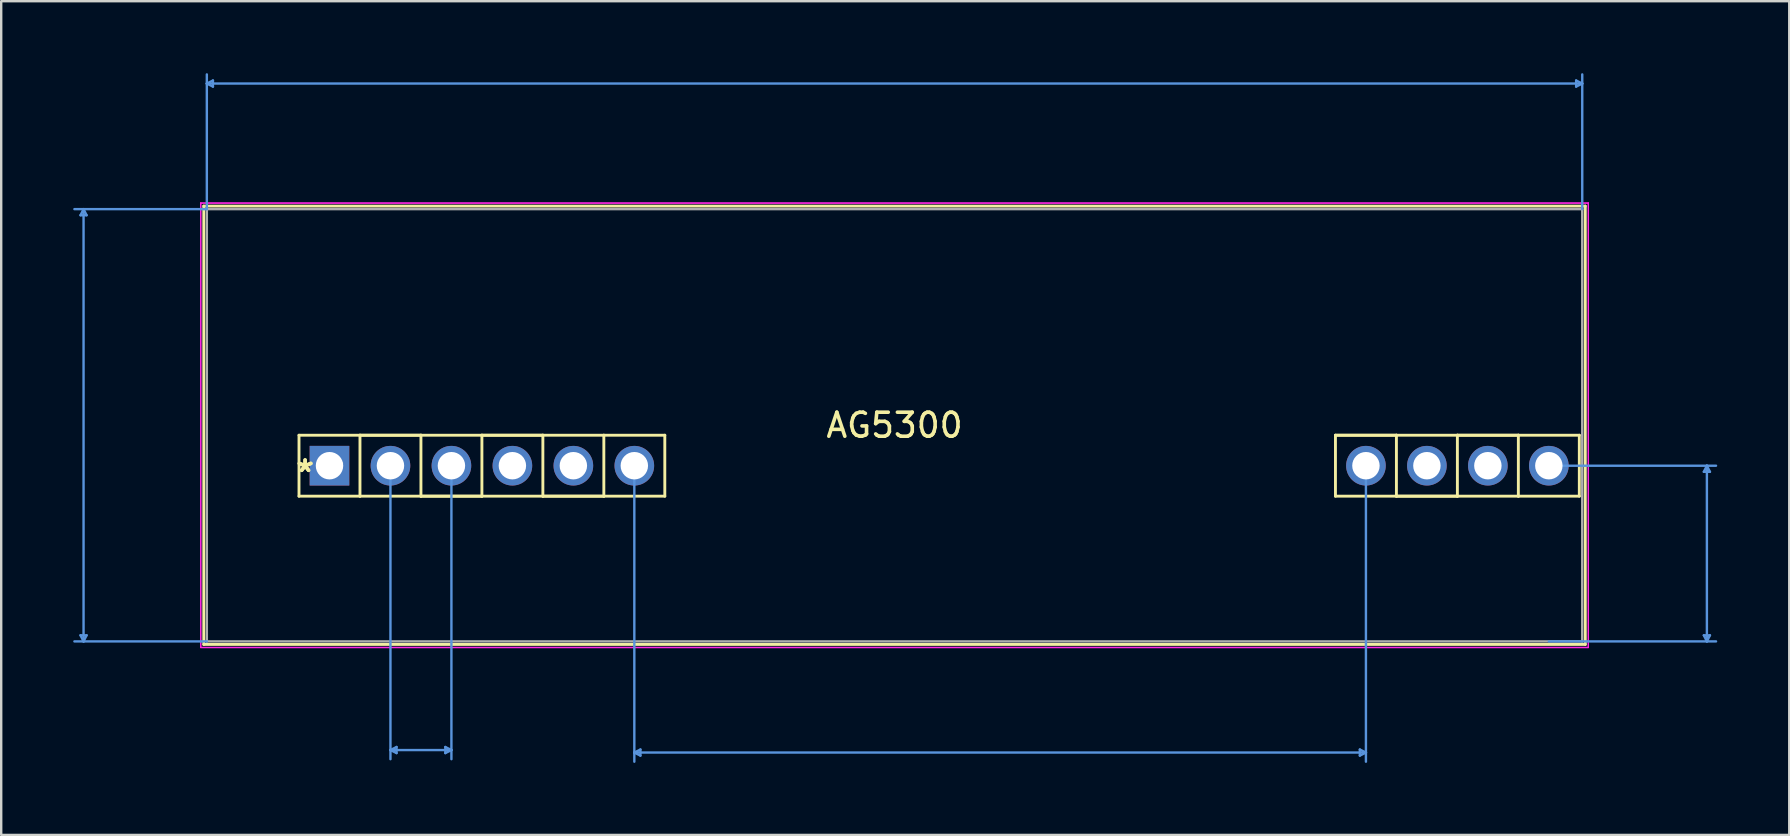
<source format=kicad_pcb>
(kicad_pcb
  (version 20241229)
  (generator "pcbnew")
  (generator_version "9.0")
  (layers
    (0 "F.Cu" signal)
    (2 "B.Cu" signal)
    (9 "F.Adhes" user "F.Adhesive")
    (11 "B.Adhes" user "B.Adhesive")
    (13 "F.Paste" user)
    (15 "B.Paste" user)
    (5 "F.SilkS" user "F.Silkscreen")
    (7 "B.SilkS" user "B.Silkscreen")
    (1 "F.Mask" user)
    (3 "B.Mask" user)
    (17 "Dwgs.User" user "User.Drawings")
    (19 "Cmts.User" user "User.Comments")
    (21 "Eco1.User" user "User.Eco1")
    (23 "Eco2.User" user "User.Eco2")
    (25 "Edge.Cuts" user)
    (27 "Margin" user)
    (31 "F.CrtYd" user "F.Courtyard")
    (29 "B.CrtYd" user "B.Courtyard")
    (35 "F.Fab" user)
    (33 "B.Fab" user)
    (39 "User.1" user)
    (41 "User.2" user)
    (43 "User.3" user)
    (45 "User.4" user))
  (footprint "AG5300"
    (layer "F.Cu")
    (at 10.677 16.352)
    (property "Reference" "AG5300" (at 23.541 -1.684 0) (layer "F.SilkS") (effects (font (size 1 1) (thickness 0.15))))
    (attr through_hole)
    (fp_line (start -5.237 -10.816) (end -5.237 7.447) (stroke (width 0.12) (type solid)) (layer "F.SilkS"))
    (fp_line (start -5.237 7.447) (end 52.319 7.447) (stroke (width 0.12) (type solid)) (layer "F.SilkS"))
    (fp_line (start -1.27 -1.27) (end -1.27 1.27) (stroke (width 0.12) (type solid)) (layer "F.SilkS"))
    (fp_line (start -1.27 1.27) (end 1.27 1.27) (stroke (width 0.12) (type solid)) (layer "F.SilkS"))
    (fp_line (start 1.27 -1.27) (end -1.27 -1.27) (stroke (width 0.12) (type solid)) (layer "F.SilkS"))
    (fp_line (start 1.27 -1.27) (end 1.27 1.27) (stroke (width 0.12) (type solid)) (layer "F.SilkS"))
    (fp_line (start 1.27 -1.27) (end 3.81 -1.27) (stroke (width 0.12) (type solid)) (layer "F.SilkS"))
    (fp_line (start 1.27 1.27) (end 3.81 1.27) (stroke (width 0.12) (type solid)) (layer "F.SilkS"))
    (fp_line (start 3.81 -1.27) (end 1.27 -1.27) (stroke (width 0.12) (type solid)) (layer "F.SilkS"))
    (fp_line (start 3.81 -1.27) (end 6.35 -1.27) (stroke (width 0.12) (type solid)) (layer "F.SilkS"))
    (fp_line (start 3.81 1.27) (end 3.81 -1.27) (stroke (width 0.12) (type solid)) (layer "F.SilkS"))
    (fp_line (start 3.81 1.27) (end 6.35 1.27) (stroke (width 0.12) (type solid)) (layer "F.SilkS"))
    (fp_line (start 6.35 -1.27) (end 6.35 1.27) (stroke (width 0.12) (type solid)) (layer "F.SilkS"))
    (fp_line (start 6.35 -1.27) (end 8.89 -1.27) (stroke (width 0.12) (type solid)) (layer "F.SilkS"))
    (fp_line (start 6.35 1.27) (end 3.81 1.27) (stroke (width 0.12) (type solid)) (layer "F.SilkS"))
    (fp_line (start 6.35 1.27) (end 8.89 1.27) (stroke (width 0.12) (type solid)) (layer "F.SilkS"))
    (fp_line (start 8.89 -1.27) (end 6.35 -1.27) (stroke (width 0.12) (type solid)) (layer "F.SilkS"))
    (fp_line (start 8.89 -1.27) (end 11.43 -1.27) (stroke (width 0.12) (type solid)) (layer "F.SilkS"))
    (fp_line (start 8.89 1.27) (end 8.89 -1.27) (stroke (width 0.12) (type solid)) (layer "F.SilkS"))
    (fp_line (start 8.89 1.27) (end 11.43 1.27) (stroke (width 0.12) (type solid)) (layer "F.SilkS"))
    (fp_line (start 11.43 -1.27) (end 11.43 1.27) (stroke (width 0.12) (type solid)) (layer "F.SilkS"))
    (fp_line (start 11.43 1.27) (end 8.89 1.27) (stroke (width 0.12) (type solid)) (layer "F.SilkS"))
    (fp_line (start 11.43 1.27) (end 13.97 1.27) (stroke (width 0.12) (type solid)) (layer "F.SilkS"))
    (fp_line (start 13.97 -1.27) (end 11.43 -1.27) (stroke (width 0.12) (type solid)) (layer "F.SilkS"))
    (fp_line (start 13.97 1.27) (end 13.97 -1.27) (stroke (width 0.12) (type solid)) (layer "F.SilkS"))
    (fp_line (start 41.91 -1.27) (end 44.45 -1.27) (stroke (width 0.12) (type solid)) (layer "F.SilkS"))
    (fp_line (start 41.91 -1.27) (end 44.45 -1.27) (stroke (width 0.12) (type solid)) (layer "F.SilkS"))
    (fp_line (start 41.91 1.27) (end 41.91 -1.27) (stroke (width 0.12) (type solid)) (layer "F.SilkS"))
    (fp_line (start 44.45 -1.27) (end 44.45 1.27) (stroke (width 0.12) (type solid)) (layer "F.SilkS"))
    (fp_line (start 44.45 -1.27) (end 46.99 -1.27) (stroke (width 0.12) (type solid)) (layer "F.SilkS"))
    (fp_line (start 44.45 1.27) (end 41.91 1.27) (stroke (width 0.12) (type solid)) (layer "F.SilkS"))
    (fp_line (start 44.45 1.27) (end 46.99 1.27) (stroke (width 0.12) (type solid)) (layer "F.SilkS"))
    (fp_line (start 46.99 -1.27) (end 46.99 1.27) (stroke (width 0.12) (type solid)) (layer "F.SilkS"))
    (fp_line (start 46.99 -1.27) (end 49.53 -1.27) (stroke (width 0.12) (type solid)) (layer "F.SilkS"))
    (fp_line (start 46.99 1.27) (end 44.45 1.27) (stroke (width 0.12) (type solid)) (layer "F.SilkS"))
    (fp_line (start 46.99 1.27) (end 49.53 1.27) (stroke (width 0.12) (type solid)) (layer "F.SilkS"))
    (fp_line (start 49.53 -1.27) (end 46.99 -1.27) (stroke (width 0.12) (type solid)) (layer "F.SilkS"))
    (fp_line (start 49.53 -1.27) (end 52.07 -1.27) (stroke (width 0.12) (type solid)) (layer "F.SilkS"))
    (fp_line (start 49.53 1.27) (end 49.53 -1.27) (stroke (width 0.12) (type solid)) (layer "F.SilkS"))
    (fp_line (start 52.07 -1.27) (end 52.07 1.27) (stroke (width 0.12) (type solid)) (layer "F.SilkS"))
    (fp_line (start 52.07 1.27) (end 49.53 1.27) (stroke (width 0.12) (type solid)) (layer "F.SilkS"))
    (fp_line (start 52.319 -10.816) (end -5.237 -10.816) (stroke (width 0.12) (type solid)) (layer "F.SilkS"))
    (fp_line (start 52.319 7.447) (end 52.319 -10.816) (stroke (width 0.12) (type solid)) (layer "F.SilkS"))
    (fp_line (start -10.373 7.066) (end -10.246 7.32) (stroke (width 0.1) (type solid)) (layer "Cmts.User"))
    (fp_line (start -10.373 -10.435) (end -10.246 -10.689) (stroke (width 0.1) (type solid)) (layer "Cmts.User"))
    (fp_line (start -10.373 -10.435) (end -10.119 -10.435) (stroke (width 0.1) (type solid)) (layer "Cmts.User"))
    (fp_line (start -10.246 -10.689) (end -10.246 7.32) (stroke (width 0.1) (type solid)) (layer "Cmts.User"))
    (fp_line (start -10.119 7.066) (end -10.373 7.066) (stroke (width 0.1) (type solid)) (layer "Cmts.User"))
    (fp_line (start -10.119 7.066) (end -10.246 7.32) (stroke (width 0.1) (type solid)) (layer "Cmts.User"))
    (fp_line (start -10.119 -10.435) (end -10.246 -10.689) (stroke (width 0.1) (type solid)) (layer "Cmts.User"))
    (fp_line (start -5.11 -15.921) (end 52.192 -15.921) (stroke (width 0.1) (type solid)) (layer "Cmts.User"))
    (fp_line (start -5.11 -10.689) (end -10.627 -10.689) (stroke (width 0.1) (type solid)) (layer "Cmts.User"))
    (fp_line (start -5.11 -10.689) (end -5.11 -16.302) (stroke (width 0.1) (type solid)) (layer "Cmts.User"))
    (fp_line (start -5.11 7.32) (end -10.627 7.32) (stroke (width 0.1) (type solid)) (layer "Cmts.User"))
    (fp_line (start -4.856 -15.794) (end -5.11 -15.921) (stroke (width 0.1) (type solid)) (layer "Cmts.User"))
    (fp_line (start -4.856 -15.794) (end -4.856 -16.048) (stroke (width 0.1) (type solid)) (layer "Cmts.User"))
    (fp_line (start -4.856 -16.048) (end -5.11 -15.921) (stroke (width 0.1) (type solid)) (layer "Cmts.User"))
    (fp_line (start 2.54 11.846) (end 5.08 11.846) (stroke (width 0.1) (type solid)) (layer "Cmts.User"))
    (fp_line (start 2.54 0) (end 2.54 12.227) (stroke (width 0.1) (type solid)) (layer "Cmts.User"))
    (fp_line (start 2.794 11.719) (end 2.54 11.846) (stroke (width 0.1) (type solid)) (layer "Cmts.User"))
    (fp_line (start 2.794 11.973) (end 2.54 11.846) (stroke (width 0.1) (type solid)) (layer "Cmts.User"))
    (fp_line (start 2.794 11.973) (end 2.794 11.719) (stroke (width 0.1) (type solid)) (layer "Cmts.User"))
    (fp_line (start 4.826 11.719) (end 4.826 11.973) (stroke (width 0.1) (type solid)) (layer "Cmts.User"))
    (fp_line (start 4.826 11.719) (end 5.08 11.846) (stroke (width 0.1) (type solid)) (layer "Cmts.User"))
    (fp_line (start 4.826 11.973) (end 5.08 11.846) (stroke (width 0.1) (type solid)) (layer "Cmts.User"))
    (fp_line (start 5.08 0) (end 5.08 12.227) (stroke (width 0.1) (type solid)) (layer "Cmts.User"))
    (fp_line (start 12.7 11.951) (end 43.18 11.951) (stroke (width 0.1) (type solid)) (layer "Cmts.User"))
    (fp_line (start 12.7 0) (end 12.7 12.332) (stroke (width 0.1) (type solid)) (layer "Cmts.User"))
    (fp_line (start 12.954 12.078) (end 12.7 11.951) (stroke (width 0.1) (type solid)) (layer "Cmts.User"))
    (fp_line (start 12.954 12.078) (end 12.954 11.824) (stroke (width 0.1) (type solid)) (layer "Cmts.User"))
    (fp_line (start 12.954 11.824) (end 12.7 11.951) (stroke (width 0.1) (type solid)) (layer "Cmts.User"))
    (fp_line (start 42.926 12.078) (end 43.18 11.951) (stroke (width 0.1) (type solid)) (layer "Cmts.User"))
    (fp_line (start 42.926 11.824) (end 42.926 12.078) (stroke (width 0.1) (type solid)) (layer "Cmts.User"))
    (fp_line (start 42.926 11.824) (end 43.18 11.951) (stroke (width 0.1) (type solid)) (layer "Cmts.User"))
    (fp_line (start 43.18 0) (end 43.18 12.332) (stroke (width 0.1) (type solid)) (layer "Cmts.User"))
    (fp_line (start 50.8 0) (end 57.766 0) (stroke (width 0.1) (type solid)) (layer "Cmts.User"))
    (fp_line (start 50.8 7.32) (end 57.766 7.32) (stroke (width 0.1) (type solid)) (layer "Cmts.User"))
    (fp_line (start 51.938 -16.048) (end 51.938 -15.794) (stroke (width 0.1) (type solid)) (layer "Cmts.User"))
    (fp_line (start 51.938 -16.048) (end 52.192 -15.921) (stroke (width 0.1) (type solid)) (layer "Cmts.User"))
    (fp_line (start 51.938 -15.794) (end 52.192 -15.921) (stroke (width 0.1) (type solid)) (layer "Cmts.User"))
    (fp_line (start 52.192 -10.689) (end 52.192 -16.302) (stroke (width 0.1) (type solid)) (layer "Cmts.User"))
    (fp_line (start 57.258 7.066) (end 57.385 7.32) (stroke (width 0.1) (type solid)) (layer "Cmts.User"))
    (fp_line (start 57.258 0.254) (end 57.385 0) (stroke (width 0.1) (type solid)) (layer "Cmts.User"))
    (fp_line (start 57.258 0.254) (end 57.512 0.254) (stroke (width 0.1) (type solid)) (layer "Cmts.User"))
    (fp_line (start 57.385 0) (end 57.385 7.32) (stroke (width 0.1) (type solid)) (layer "Cmts.User"))
    (fp_line (start 57.512 7.066) (end 57.258 7.066) (stroke (width 0.1) (type solid)) (layer "Cmts.User"))
    (fp_line (start 57.512 7.066) (end 57.385 7.32) (stroke (width 0.1) (type solid)) (layer "Cmts.User"))
    (fp_line (start 57.512 0.254) (end 57.385 0) (stroke (width 0.1) (type solid)) (layer "Cmts.User"))
    (fp_line (start -5.364 -10.943) (end 52.446 -10.943) (stroke (width 0.05) (type solid)) (layer "F.CrtYd"))
    (fp_line (start -5.364 -10.943) (end 52.446 -10.943) (stroke (width 0.05) (type solid)) (layer "F.CrtYd"))
    (fp_line (start -5.364 7.574) (end -5.364 -10.943) (stroke (width 0.05) (type solid)) (layer "F.CrtYd"))
    (fp_line (start -5.364 7.574) (end -5.364 -10.943) (stroke (width 0.05) (type solid)) (layer "F.CrtYd"))
    (fp_line (start 52.446 -10.943) (end 52.446 7.574) (stroke (width 0.05) (type solid)) (layer "F.CrtYd"))
    (fp_line (start 52.446 -10.943) (end 52.446 7.574) (stroke (width 0.05) (type solid)) (layer "F.CrtYd"))
    (fp_line (start 52.446 7.574) (end -5.364 7.574) (stroke (width 0.05) (type solid)) (layer "F.CrtYd"))
    (fp_line (start 52.446 7.574) (end -5.364 7.574) (stroke (width 0.05) (type solid)) (layer "F.CrtYd"))
    (fp_line (start -5.11 -10.689) (end -5.11 7.32) (stroke (width 0.1) (type solid)) (layer "F.Fab"))
    (fp_line (start -5.11 7.32) (end 52.192 7.32) (stroke (width 0.1) (type solid)) (layer "F.Fab"))
    (fp_line (start 52.192 -10.689) (end -5.11 -10.689) (stroke (width 0.1) (type solid)) (layer "F.Fab"))
    (fp_line (start 52.192 7.32) (end 52.192 -10.689) (stroke (width 0.1) (type solid)) (layer "F.Fab"))
    (fp_text user "*" (at -1.016 0.308 0) (layer "F.SilkS") (effects (font (size 1 1) (thickness 0.15))))
    (fp_text user "*" (at -1.016 0.308 0) (layer "F.SilkS") (effects (font (size 1 1) (thickness 0.15))))
    (fp_text user "Copyright 2021 Accelerated Designs. All rights reserved." (at 0 0 0) (layer "Cmts.User") (effects (font (size 0.127 0.127) (thickness 0.002))))
    (fp_text user "*" (at 0.254 0.308 0) (layer "F.Fab") (effects (font (size 1 1) (thickness 0.15))))
    (fp_text user "*" (at 0.254 0.308 0) (layer "F.Fab") (effects (font (size 1 1) (thickness 0.15))))
    (pad "1" thru_hole rect (at 0 0) (size 1.651 1.651) (drill 1.143) (layers "*.Cu" "*.Mask"))
    (pad "2" thru_hole circle (at 2.54 0) (size 1.651 1.651) (drill 1.143) (layers "*.Cu" "*.Mask"))
    (pad "3" thru_hole circle (at 5.08 0) (size 1.651 1.651) (drill 1.143) (layers "*.Cu" "*.Mask"))
    (pad "4" thru_hole circle (at 7.62 0) (size 1.651 1.651) (drill 1.143) (layers "*.Cu" "*.Mask"))
    (pad "5" thru_hole circle (at 10.16 0) (size 1.651 1.651) (drill 1.143) (layers "*.Cu" "*.Mask"))
    (pad "6" thru_hole circle (at 12.7 0) (size 1.651 1.651) (drill 1.143) (layers "*.Cu" "*.Mask"))
    (pad "7" thru_hole circle (at 43.18 0) (size 1.651 1.651) (drill 1.143) (layers "*.Cu" "*.Mask"))
    (pad "8" thru_hole circle (at 45.72 0) (size 1.651 1.651) (drill 1.143) (layers "*.Cu" "*.Mask"))
    (pad "9" thru_hole circle (at 48.26 0) (size 1.651 1.651) (drill 1.143) (layers "*.Cu" "*.Mask"))
    (pad "10" thru_hole circle (at 50.8 0) (size 1.651 1.651) (drill 1.143) (layers "*.Cu" "*.Mask")))
  (gr_rect
    (start -3 -3)
    (end 71.493 31.734)
    (stroke (width 0.1) (type default))
    (fill no)
    (layer "Edge.Cuts")))
</source>
